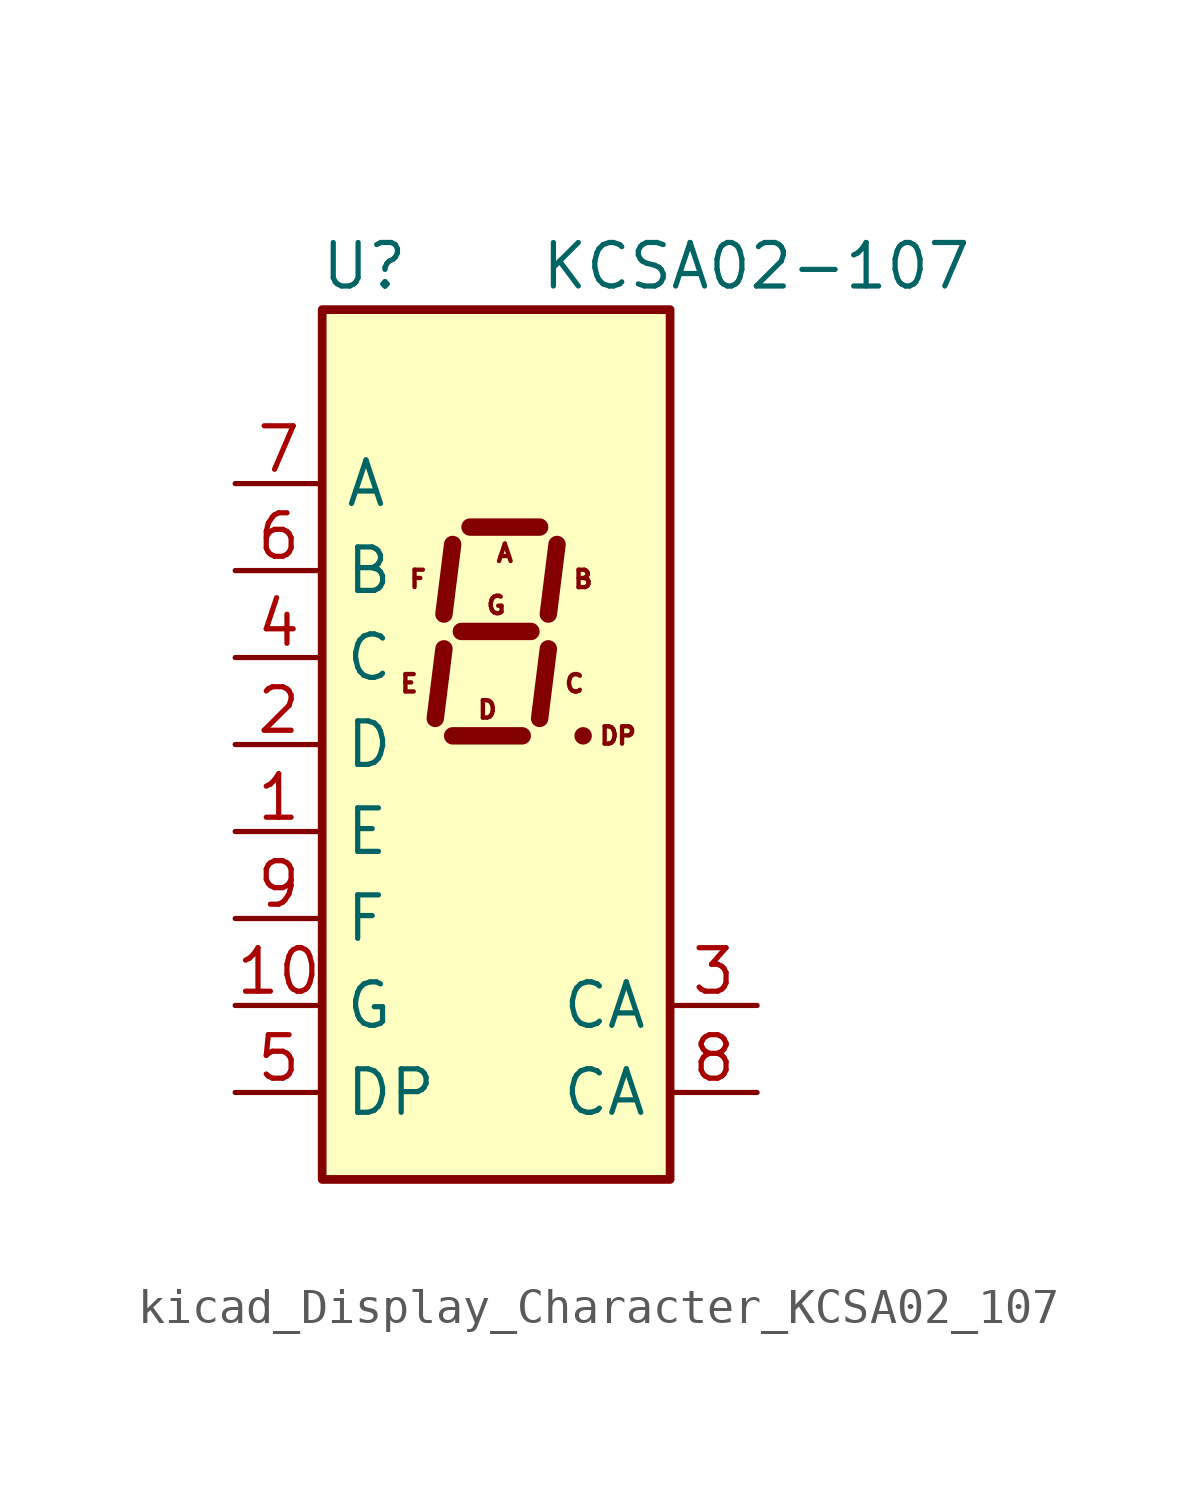
<source format=kicad_sym>
(kicad_symbol_lib
  (version 20220914)
  (generator kicad_symbol_editor)
  (symbol "kicad_Display_Character_KCSA02_107"
    (pin_names
      (offset 0.635))
    (property "Reference" "U"
      (at -2.54 13.97 0)
      (effects (font (size 1.27 1.27)) (justify right)))
    (property "Value" "KCSA02-107"
      (at 1.27 13.97 0)
      (effects (font (size 1.27 1.27)) (justify left)))
    (symbol "kicad_Display_Character_KCSA02_107_0_0"
      (text "A" (at 0.254 5.588 0) (effects (font (size 0.508 0.508))))
      (text "B" (at 2.54 4.826 0) (effects (font (size 0.508 0.508))))
      (text "C" (at 2.286 1.778 0) (effects (font (size 0.508 0.508))))
      (text "D" (at -0.254 1.016 0) (effects (font (size 0.508 0.508))))
      (text "DP" (at 3.556 0.254 0) (effects (font (size 0.508 0.508))))
      (text "E" (at -2.54 1.778 0) (effects (font (size 0.508 0.508))))
      (text "F" (at -2.286 4.826 0) (effects (font (size 0.508 0.508))))
      (text "G" (at 0 4.064 0) (effects (font (size 0.508 0.508)))))
    (symbol "kicad_Display_Character_KCSA02_107_0_1"
      (rectangle (start -5.08 12.7) (end 5.08 -12.7) (stroke (width 0.254) (type default)) (fill (type background)))
      (polyline (pts (xy -1.524 2.794) (xy -1.778 0.762)) (stroke (width 0.508) (type default)) (fill (type none)))
      (polyline (pts (xy -1.27 0.254) (xy 0.762 0.254)) (stroke (width 0.508) (type default)) (fill (type none)))
      (polyline (pts (xy -1.27 5.842) (xy -1.524 3.81)) (stroke (width 0.508) (type default)) (fill (type none)))
      (polyline (pts (xy -1.016 3.302) (xy 1.016 3.302)) (stroke (width 0.508) (type default)) (fill (type none)))
      (polyline (pts (xy -0.762 6.35) (xy 1.27 6.35)) (stroke (width 0.508) (type default)) (fill (type none)))
      (polyline (pts (xy 1.524 2.794) (xy 1.27 0.762)) (stroke (width 0.508) (type default)) (fill (type none)))
      (polyline (pts (xy 1.778 5.842) (xy 1.524 3.81)) (stroke (width 0.508) (type default)) (fill (type none)))
      (polyline (pts (xy 2.54 0.254) (xy 2.54 0.254)) (stroke (width 0.508) (type default)) (fill (type none))))
    (symbol "kicad_Display_Character_KCSA02_107_1_1"
      (pin input line (at -7.62 -2.54 0) (length 2.54) (name "E" (effects (font (size 1.27 1.27)))) (number "1" (effects (font (size 1.27 1.27)))))
      (pin input line (at -7.62 -7.62 0) (length 2.54) (name "G" (effects (font (size 1.27 1.27)))) (number "10" (effects (font (size 1.27 1.27)))))
      (pin input line (at -7.62 0 0) (length 2.54) (name "D" (effects (font (size 1.27 1.27)))) (number "2" (effects (font (size 1.27 1.27)))))
      (pin input line (at 7.62 -7.62 180) (length 2.54) (name "CA" (effects (font (size 1.27 1.27)))) (number "3" (effects (font (size 1.27 1.27)))))
      (pin input line (at -7.62 2.54 0) (length 2.54) (name "C" (effects (font (size 1.27 1.27)))) (number "4" (effects (font (size 1.27 1.27)))))
      (pin input line (at -7.62 -10.16 0) (length 2.54) (name "DP" (effects (font (size 1.27 1.27)))) (number "5" (effects (font (size 1.27 1.27)))))
      (pin input line (at -7.62 5.08 0) (length 2.54) (name "B" (effects (font (size 1.27 1.27)))) (number "6" (effects (font (size 1.27 1.27)))))
      (pin input line (at -7.62 7.62 0) (length 2.54) (name "A" (effects (font (size 1.27 1.27)))) (number "7" (effects (font (size 1.27 1.27)))))
      (pin input line (at 7.62 -10.16 180) (length 2.54) (name "CA" (effects (font (size 1.27 1.27)))) (number "8" (effects (font (size 1.27 1.27)))))
      (pin input line (at -7.62 -5.08 0) (length 2.54) (name "F" (effects (font (size 1.27 1.27)))) (number "9" (effects (font (size 1.27 1.27))))))))
</source>
